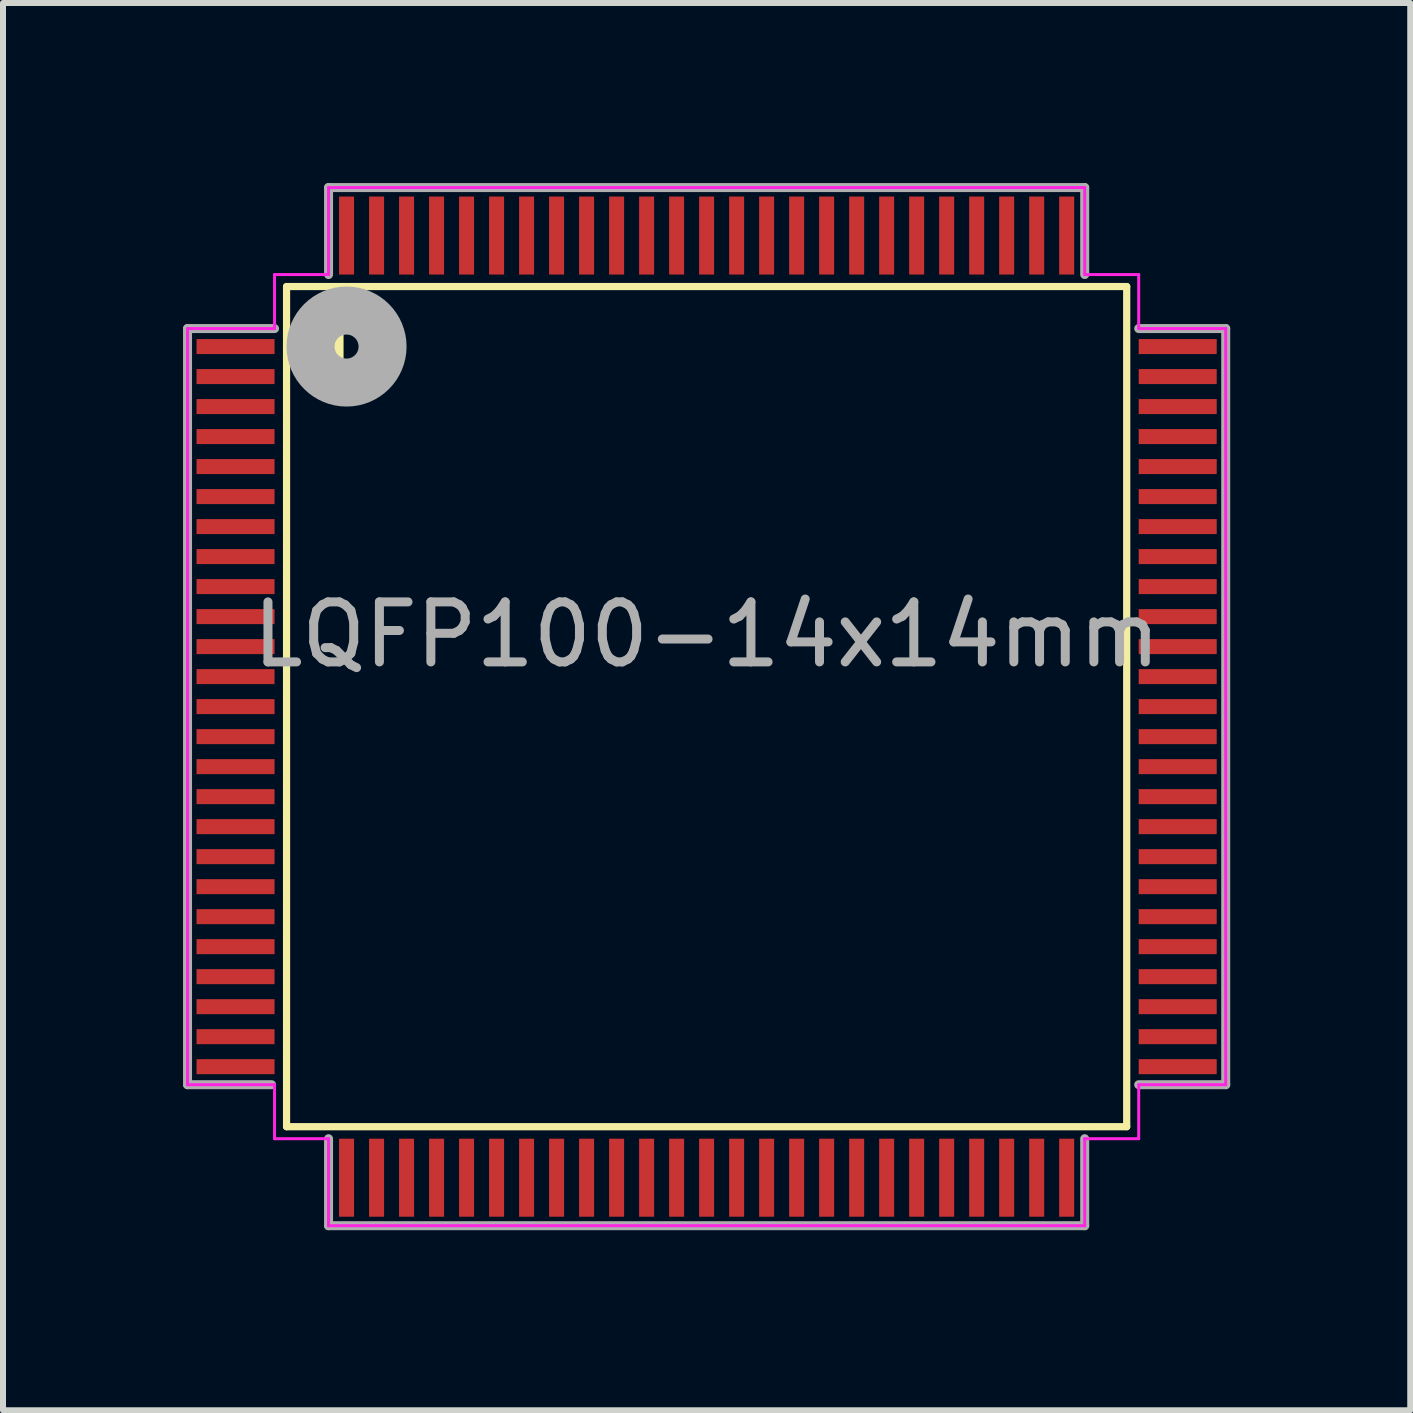
<source format=kicad_pcb>
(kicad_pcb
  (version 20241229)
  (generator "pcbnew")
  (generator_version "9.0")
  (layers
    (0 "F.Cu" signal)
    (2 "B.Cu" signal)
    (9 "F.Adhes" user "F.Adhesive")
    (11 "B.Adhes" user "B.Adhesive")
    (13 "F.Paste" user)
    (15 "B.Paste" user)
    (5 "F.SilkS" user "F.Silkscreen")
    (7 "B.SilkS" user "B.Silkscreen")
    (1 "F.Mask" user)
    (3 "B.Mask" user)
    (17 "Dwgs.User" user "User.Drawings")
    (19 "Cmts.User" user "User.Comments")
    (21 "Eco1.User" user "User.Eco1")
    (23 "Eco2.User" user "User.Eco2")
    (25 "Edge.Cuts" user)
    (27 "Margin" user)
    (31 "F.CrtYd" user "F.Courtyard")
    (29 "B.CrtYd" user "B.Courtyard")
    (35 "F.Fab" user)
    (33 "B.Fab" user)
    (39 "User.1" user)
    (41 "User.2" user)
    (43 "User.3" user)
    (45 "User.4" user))
  (footprint "LQFP100-14x14mm"
    (layer "F.Cu")
    (at 8.725 8.725)
    (property "Reference" "LQFP100-14x14mm" (at 0 -1.2 0) (layer "F.Fab") (effects (font (size 1 1) (thickness 0.15))))
    (attr smd)
    (fp_line (start -7 -7) (end 7 -7) (stroke (width 0.12) (type solid)) (layer "F.SilkS"))
    (fp_line (start -7 7) (end -7 -7) (stroke (width 0.12) (type solid)) (layer "F.SilkS"))
    (fp_line (start 7 7) (end -7 7) (stroke (width 0.12) (type solid)) (layer "F.SilkS"))
    (fp_line (start 7 7) (end 7 -7) (stroke (width 0.12) (type solid)) (layer "F.SilkS"))
    (fp_poly (pts (xy -6.1 -5.5) (xy -6.6 -6) (xy -6.1 -6.5)) (stroke (width 0.1) (type solid)) (fill yes) (layer "F.SilkS"))
    (fp_line (start -8.65 -6.3) (end -8.65 6.3) (stroke (width 0.05) (type solid)) (layer "F.CrtYd"))
    (fp_line (start -7.2 -7.2) (end -7.2 -6.3) (stroke (width 0.05) (type solid)) (layer "F.CrtYd"))
    (fp_line (start -7.2 -7.2) (end -6.3 -7.2) (stroke (width 0.05) (type solid)) (layer "F.CrtYd"))
    (fp_line (start -7.2 -6.3) (end -8.65 -6.3) (stroke (width 0.05) (type solid)) (layer "F.CrtYd"))
    (fp_line (start -7.2 6.3) (end -8.65 6.3) (stroke (width 0.05) (type solid)) (layer "F.CrtYd"))
    (fp_line (start -7.2 7.2) (end -7.2 6.3) (stroke (width 0.05) (type solid)) (layer "F.CrtYd"))
    (fp_line (start -7.2 7.2) (end -6.3 7.2) (stroke (width 0.05) (type solid)) (layer "F.CrtYd"))
    (fp_line (start -6.3 -7.2) (end -6.3 -8.65) (stroke (width 0.05) (type solid)) (layer "F.CrtYd"))
    (fp_line (start -6.3 7.2) (end -6.3 8.65) (stroke (width 0.05) (type solid)) (layer "F.CrtYd"))
    (fp_line (start -6.3 8.65) (end 6.3 8.65) (stroke (width 0.05) (type solid)) (layer "F.CrtYd"))
    (fp_line (start 6.3 -8.65) (end -6.3 -8.65) (stroke (width 0.05) (type solid)) (layer "F.CrtYd"))
    (fp_line (start 6.3 -7.2) (end 6.3 -8.65) (stroke (width 0.05) (type solid)) (layer "F.CrtYd"))
    (fp_line (start 6.3 7.2) (end 6.3 8.65) (stroke (width 0.05) (type solid)) (layer "F.CrtYd"))
    (fp_line (start 7.2 -7.2) (end 6.3 -7.2) (stroke (width 0.05) (type solid)) (layer "F.CrtYd"))
    (fp_line (start 7.2 -7.2) (end 7.2 -6.3) (stroke (width 0.05) (type solid)) (layer "F.CrtYd"))
    (fp_line (start 7.2 -6.3) (end 8.65 -6.3) (stroke (width 0.05) (type solid)) (layer "F.CrtYd"))
    (fp_line (start 7.2 6.3) (end 8.65 6.3) (stroke (width 0.05) (type solid)) (layer "F.CrtYd"))
    (fp_line (start 7.2 7.2) (end 6.3 7.2) (stroke (width 0.05) (type solid)) (layer "F.CrtYd"))
    (fp_line (start 7.2 7.2) (end 7.2 6.3) (stroke (width 0.05) (type solid)) (layer "F.CrtYd"))
    (fp_line (start 8.65 6.3) (end 8.65 -6.3) (stroke (width 0.05) (type solid)) (layer "F.CrtYd"))
    (fp_line (start -8.65 -6.3) (end -8.65 6.3) (stroke (width 0.15) (type solid)) (layer "F.Fab"))
    (fp_line (start -8.65 -6.3) (end -7.2 -6.3) (stroke (width 0.15) (type solid)) (layer "F.Fab"))
    (fp_line (start -8.65 6.3) (end -7.25 6.3) (stroke (width 0.15) (type solid)) (layer "F.Fab"))
    (fp_line (start -6.3 -8.65) (end -6.3 -7.2) (stroke (width 0.15) (type solid)) (layer "F.Fab"))
    (fp_line (start -6.3 8.65) (end -6.3 7.2) (stroke (width 0.15) (type solid)) (layer "F.Fab"))
    (fp_line (start -6.3 8.65) (end 6.3 8.65) (stroke (width 0.15) (type solid)) (layer "F.Fab"))
    (fp_line (start 6.3 -8.65) (end -6.3 -8.65) (stroke (width 0.15) (type solid)) (layer "F.Fab"))
    (fp_line (start 6.3 -8.65) (end 6.3 -7.2) (stroke (width 0.15) (type solid)) (layer "F.Fab"))
    (fp_line (start 6.3 8.65) (end 6.3 7.2) (stroke (width 0.15) (type solid)) (layer "F.Fab"))
    (fp_line (start 8.65 -6.3) (end 7.2 -6.3) (stroke (width 0.15) (type solid)) (layer "F.Fab"))
    (fp_line (start 8.65 6.3) (end 7.2 6.3) (stroke (width 0.15) (type solid)) (layer "F.Fab"))
    (fp_line (start 8.65 6.3) (end 8.65 -6.3) (stroke (width 0.15) (type solid)) (layer "F.Fab"))
    (fp_circle (center -6 -6) (end -5.8 -6) (stroke (width 0.8) (type solid)) (fill no) (layer "F.Fab"))
    (pad "1" smd rect (at -7.85 -6) (size 1.3 0.25) (layers "F.Cu" "F.Mask" "F.Paste"))
    (pad "2" smd rect (at -7.85 -5.5) (size 1.3 0.25) (layers "F.Cu" "F.Mask" "F.Paste"))
    (pad "3" smd rect (at -7.85 -5) (size 1.3 0.25) (layers "F.Cu" "F.Mask" "F.Paste"))
    (pad "4" smd rect (at -7.85 -4.5) (size 1.3 0.25) (layers "F.Cu" "F.Mask" "F.Paste"))
    (pad "5" smd rect (at -7.85 -4) (size 1.3 0.25) (layers "F.Cu" "F.Mask" "F.Paste"))
    (pad "6" smd rect (at -7.85 -3.5) (size 1.3 0.25) (layers "F.Cu" "F.Mask" "F.Paste"))
    (pad "7" smd rect (at -7.85 -3) (size 1.3 0.25) (layers "F.Cu" "F.Mask" "F.Paste"))
    (pad "8" smd rect (at -7.85 -2.5) (size 1.3 0.25) (layers "F.Cu" "F.Mask" "F.Paste"))
    (pad "9" smd rect (at -7.85 -2) (size 1.3 0.25) (layers "F.Cu" "F.Mask" "F.Paste"))
    (pad "10" smd rect (at -7.85 -1.5) (size 1.3 0.25) (layers "F.Cu" "F.Mask" "F.Paste"))
    (pad "11" smd rect (at -7.85 -1) (size 1.3 0.25) (layers "F.Cu" "F.Mask" "F.Paste"))
    (pad "12" smd rect (at -7.85 -0.5) (size 1.3 0.25) (layers "F.Cu" "F.Mask" "F.Paste"))
    (pad "13" smd rect (at -7.85 0) (size 1.3 0.25) (layers "F.Cu" "F.Mask" "F.Paste"))
    (pad "14" smd rect (at -7.85 0.5) (size 1.3 0.25) (layers "F.Cu" "F.Mask" "F.Paste"))
    (pad "15" smd rect (at -7.85 1) (size 1.3 0.25) (layers "F.Cu" "F.Mask" "F.Paste"))
    (pad "16" smd rect (at -7.85 1.5) (size 1.3 0.25) (layers "F.Cu" "F.Mask" "F.Paste"))
    (pad "17" smd rect (at -7.85 2) (size 1.3 0.25) (layers "F.Cu" "F.Mask" "F.Paste"))
    (pad "18" smd rect (at -7.85 2.5) (size 1.3 0.25) (layers "F.Cu" "F.Mask" "F.Paste"))
    (pad "19" smd rect (at -7.85 3) (size 1.3 0.25) (layers "F.Cu" "F.Mask" "F.Paste"))
    (pad "20" smd rect (at -7.85 3.5) (size 1.3 0.25) (layers "F.Cu" "F.Mask" "F.Paste"))
    (pad "21" smd rect (at -7.85 4) (size 1.3 0.25) (layers "F.Cu" "F.Mask" "F.Paste"))
    (pad "22" smd rect (at -7.85 4.5) (size 1.3 0.25) (layers "F.Cu" "F.Mask" "F.Paste"))
    (pad "23" smd rect (at -7.85 5) (size 1.3 0.25) (layers "F.Cu" "F.Mask" "F.Paste"))
    (pad "24" smd rect (at -7.85 5.5) (size 1.3 0.25) (layers "F.Cu" "F.Mask" "F.Paste"))
    (pad "25" smd rect (at -7.85 6) (size 1.3 0.25) (layers "F.Cu" "F.Mask" "F.Paste"))
    (pad "26" smd rect (at -6 7.85 90) (size 1.3 0.25) (layers "F.Cu" "F.Mask" "F.Paste"))
    (pad "27" smd rect (at -5.5 7.85 90) (size 1.3 0.25) (layers "F.Cu" "F.Mask" "F.Paste"))
    (pad "28" smd rect (at -5 7.85 90) (size 1.3 0.25) (layers "F.Cu" "F.Mask" "F.Paste"))
    (pad "29" smd rect (at -4.5 7.85 90) (size 1.3 0.25) (layers "F.Cu" "F.Mask" "F.Paste"))
    (pad "30" smd rect (at -4 7.85 90) (size 1.3 0.25) (layers "F.Cu" "F.Mask" "F.Paste"))
    (pad "31" smd rect (at -3.5 7.85 90) (size 1.3 0.25) (layers "F.Cu" "F.Mask" "F.Paste"))
    (pad "32" smd rect (at -3 7.85 90) (size 1.3 0.25) (layers "F.Cu" "F.Mask" "F.Paste"))
    (pad "33" smd rect (at -2.5 7.85 90) (size 1.3 0.25) (layers "F.Cu" "F.Mask" "F.Paste"))
    (pad "34" smd rect (at -2 7.85 90) (size 1.3 0.25) (layers "F.Cu" "F.Mask" "F.Paste"))
    (pad "35" smd rect (at -1.5 7.85 90) (size 1.3 0.25) (layers "F.Cu" "F.Mask" "F.Paste"))
    (pad "36" smd rect (at -1 7.85 90) (size 1.3 0.25) (layers "F.Cu" "F.Mask" "F.Paste"))
    (pad "37" smd rect (at -0.5 7.85 90) (size 1.3 0.25) (layers "F.Cu" "F.Mask" "F.Paste"))
    (pad "38" smd rect (at 0 7.85 90) (size 1.3 0.25) (layers "F.Cu" "F.Mask" "F.Paste"))
    (pad "39" smd rect (at 0.5 7.85 90) (size 1.3 0.25) (layers "F.Cu" "F.Mask" "F.Paste"))
    (pad "40" smd rect (at 1 7.85 90) (size 1.3 0.25) (layers "F.Cu" "F.Mask" "F.Paste"))
    (pad "41" smd rect (at 1.5 7.85 90) (size 1.3 0.25) (layers "F.Cu" "F.Mask" "F.Paste"))
    (pad "42" smd rect (at 2 7.85 90) (size 1.3 0.25) (layers "F.Cu" "F.Mask" "F.Paste"))
    (pad "43" smd rect (at 2.5 7.85 90) (size 1.3 0.25) (layers "F.Cu" "F.Mask" "F.Paste"))
    (pad "44" smd rect (at 3 7.85 90) (size 1.3 0.25) (layers "F.Cu" "F.Mask" "F.Paste"))
    (pad "45" smd rect (at 3.5 7.85 90) (size 1.3 0.25) (layers "F.Cu" "F.Mask" "F.Paste"))
    (pad "46" smd rect (at 4 7.85 90) (size 1.3 0.25) (layers "F.Cu" "F.Mask" "F.Paste"))
    (pad "47" smd rect (at 4.5 7.85 90) (size 1.3 0.25) (layers "F.Cu" "F.Mask" "F.Paste"))
    (pad "48" smd rect (at 5 7.85 90) (size 1.3 0.25) (layers "F.Cu" "F.Mask" "F.Paste"))
    (pad "49" smd rect (at 5.5 7.85 90) (size 1.3 0.25) (layers "F.Cu" "F.Mask" "F.Paste"))
    (pad "50" smd rect (at 6 7.85 90) (size 1.3 0.25) (layers "F.Cu" "F.Mask" "F.Paste"))
    (pad "51" smd rect (at 7.85 6) (size 1.3 0.25) (layers "F.Cu" "F.Mask" "F.Paste"))
    (pad "52" smd rect (at 7.85 5.5) (size 1.3 0.25) (layers "F.Cu" "F.Mask" "F.Paste"))
    (pad "53" smd rect (at 7.85 5) (size 1.3 0.25) (layers "F.Cu" "F.Mask" "F.Paste"))
    (pad "54" smd rect (at 7.85 4.5) (size 1.3 0.25) (layers "F.Cu" "F.Mask" "F.Paste"))
    (pad "55" smd rect (at 7.85 4) (size 1.3 0.25) (layers "F.Cu" "F.Mask" "F.Paste"))
    (pad "56" smd rect (at 7.85 3.5) (size 1.3 0.25) (layers "F.Cu" "F.Mask" "F.Paste"))
    (pad "57" smd rect (at 7.85 3) (size 1.3 0.25) (layers "F.Cu" "F.Mask" "F.Paste"))
    (pad "58" smd rect (at 7.85 2.5) (size 1.3 0.25) (layers "F.Cu" "F.Mask" "F.Paste"))
    (pad "59" smd rect (at 7.85 2) (size 1.3 0.25) (layers "F.Cu" "F.Mask" "F.Paste"))
    (pad "60" smd rect (at 7.85 1.5) (size 1.3 0.25) (layers "F.Cu" "F.Mask" "F.Paste"))
    (pad "61" smd rect (at 7.85 1) (size 1.3 0.25) (layers "F.Cu" "F.Mask" "F.Paste"))
    (pad "62" smd rect (at 7.85 0.5) (size 1.3 0.25) (layers "F.Cu" "F.Mask" "F.Paste"))
    (pad "63" smd rect (at 7.85 0) (size 1.3 0.25) (layers "F.Cu" "F.Mask" "F.Paste"))
    (pad "64" smd rect (at 7.85 -0.5) (size 1.3 0.25) (layers "F.Cu" "F.Mask" "F.Paste"))
    (pad "65" smd rect (at 7.85 -1) (size 1.3 0.25) (layers "F.Cu" "F.Mask" "F.Paste"))
    (pad "66" smd rect (at 7.85 -1.5) (size 1.3 0.25) (layers "F.Cu" "F.Mask" "F.Paste"))
    (pad "67" smd rect (at 7.85 -2) (size 1.3 0.25) (layers "F.Cu" "F.Mask" "F.Paste"))
    (pad "68" smd rect (at 7.85 -2.5) (size 1.3 0.25) (layers "F.Cu" "F.Mask" "F.Paste"))
    (pad "69" smd rect (at 7.85 -3) (size 1.3 0.25) (layers "F.Cu" "F.Mask" "F.Paste"))
    (pad "70" smd rect (at 7.85 -3.5) (size 1.3 0.25) (layers "F.Cu" "F.Mask" "F.Paste"))
    (pad "71" smd rect (at 7.85 -4) (size 1.3 0.25) (layers "F.Cu" "F.Mask" "F.Paste"))
    (pad "72" smd rect (at 7.85 -4.5) (size 1.3 0.25) (layers "F.Cu" "F.Mask" "F.Paste"))
    (pad "73" smd rect (at 7.85 -5) (size 1.3 0.25) (layers "F.Cu" "F.Mask" "F.Paste"))
    (pad "74" smd rect (at 7.85 -5.5) (size 1.3 0.25) (layers "F.Cu" "F.Mask" "F.Paste"))
    (pad "75" smd rect (at 7.85 -6) (size 1.3 0.25) (layers "F.Cu" "F.Mask" "F.Paste"))
    (pad "76" smd rect (at 6 -7.85 90) (size 1.3 0.25) (layers "F.Cu" "F.Mask" "F.Paste"))
    (pad "77" smd rect (at 5.5 -7.85 90) (size 1.3 0.25) (layers "F.Cu" "F.Mask" "F.Paste"))
    (pad "78" smd rect (at 5 -7.85 90) (size 1.3 0.25) (layers "F.Cu" "F.Mask" "F.Paste"))
    (pad "79" smd rect (at 4.5 -7.85 90) (size 1.3 0.25) (layers "F.Cu" "F.Mask" "F.Paste"))
    (pad "80" smd rect (at 4 -7.85 90) (size 1.3 0.25) (layers "F.Cu" "F.Mask" "F.Paste"))
    (pad "81" smd rect (at 3.5 -7.85 90) (size 1.3 0.25) (layers "F.Cu" "F.Mask" "F.Paste"))
    (pad "82" smd rect (at 3 -7.85 90) (size 1.3 0.25) (layers "F.Cu" "F.Mask" "F.Paste"))
    (pad "83" smd rect (at 2.5 -7.85 90) (size 1.3 0.25) (layers "F.Cu" "F.Mask" "F.Paste"))
    (pad "84" smd rect (at 2 -7.85 90) (size 1.3 0.25) (layers "F.Cu" "F.Mask" "F.Paste"))
    (pad "85" smd rect (at 1.5 -7.85 90) (size 1.3 0.25) (layers "F.Cu" "F.Mask" "F.Paste"))
    (pad "86" smd rect (at 1 -7.85 90) (size 1.3 0.25) (layers "F.Cu" "F.Mask" "F.Paste"))
    (pad "87" smd rect (at 0.5 -7.85 90) (size 1.3 0.25) (layers "F.Cu" "F.Mask" "F.Paste"))
    (pad "88" smd rect (at 0 -7.85 90) (size 1.3 0.25) (layers "F.Cu" "F.Mask" "F.Paste"))
    (pad "89" smd rect (at -0.5 -7.85 90) (size 1.3 0.25) (layers "F.Cu" "F.Mask" "F.Paste"))
    (pad "90" smd rect (at -1 -7.85 90) (size 1.3 0.25) (layers "F.Cu" "F.Mask" "F.Paste"))
    (pad "91" smd rect (at -1.5 -7.85 90) (size 1.3 0.25) (layers "F.Cu" "F.Mask" "F.Paste"))
    (pad "92" smd rect (at -2 -7.85 90) (size 1.3 0.25) (layers "F.Cu" "F.Mask" "F.Paste"))
    (pad "93" smd rect (at -2.5 -7.85 90) (size 1.3 0.25) (layers "F.Cu" "F.Mask" "F.Paste"))
    (pad "94" smd rect (at -3 -7.85 90) (size 1.3 0.25) (layers "F.Cu" "F.Mask" "F.Paste"))
    (pad "95" smd rect (at -3.5 -7.85 90) (size 1.3 0.25) (layers "F.Cu" "F.Mask" "F.Paste"))
    (pad "96" smd rect (at -4 -7.85 90) (size 1.3 0.25) (layers "F.Cu" "F.Mask" "F.Paste"))
    (pad "97" smd rect (at -4.5 -7.85 90) (size 1.3 0.25) (layers "F.Cu" "F.Mask" "F.Paste"))
    (pad "98" smd rect (at -5 -7.85 90) (size 1.3 0.25) (layers "F.Cu" "F.Mask" "F.Paste"))
    (pad "99" smd rect (at -5.5 -7.85 90) (size 1.3 0.25) (layers "F.Cu" "F.Mask" "F.Paste"))
    (pad "100" smd rect (at -6 -7.85 90) (size 1.3 0.25) (layers "F.Cu" "F.Mask" "F.Paste")))
  (gr_rect
    (start -3 -3)
    (end 20.45 20.45)
    (stroke (width 0.1) (type default))
    (fill no)
    (layer "Edge.Cuts")))
</source>
